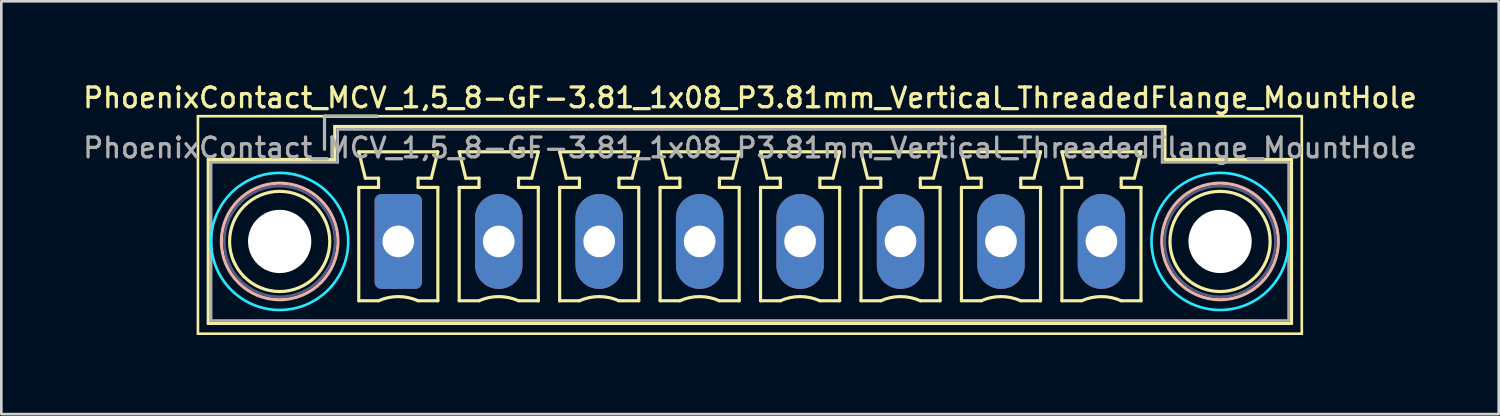
<source format=kicad_pcb>
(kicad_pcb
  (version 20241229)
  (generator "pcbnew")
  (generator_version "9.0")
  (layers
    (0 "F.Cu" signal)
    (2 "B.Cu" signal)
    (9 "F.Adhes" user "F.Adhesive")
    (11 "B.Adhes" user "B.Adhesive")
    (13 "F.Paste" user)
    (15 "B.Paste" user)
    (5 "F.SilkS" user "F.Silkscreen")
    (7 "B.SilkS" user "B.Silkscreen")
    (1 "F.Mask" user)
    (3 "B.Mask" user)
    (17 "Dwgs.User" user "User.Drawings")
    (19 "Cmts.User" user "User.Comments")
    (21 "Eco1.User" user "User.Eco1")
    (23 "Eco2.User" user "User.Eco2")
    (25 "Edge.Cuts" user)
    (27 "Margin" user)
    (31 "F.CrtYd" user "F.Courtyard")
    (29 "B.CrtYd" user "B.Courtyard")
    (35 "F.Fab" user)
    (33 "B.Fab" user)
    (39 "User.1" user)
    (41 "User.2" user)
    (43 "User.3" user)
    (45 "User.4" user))
  (footprint "PhoenixContact_MCV_1,5_8-GF-3.81_1x08_P3.81mm_Vertical_ThreadedFlange_MountHole"
    (layer "F.Cu")
    (at 12.058 6.108)
    (property "Reference" "PhoenixContact_MCV_1,5_8-GF-3.81_1x08_P3.81mm_Vertical_ThreadedFlange_MountHole" (at 13.34 -5.45 0) (layer "F.SilkS") (effects (font (size 0.75 0.75) (thickness 0.125))))
    (attr through_hole)
    (fp_line (start -7.6 -4.75) (end -7.6 3.5) (stroke (width 0.1) (type solid)) (layer "F.SilkS"))
    (fp_line (start -7.6 3.5) (end 34.27 3.5) (stroke (width 0.1) (type solid)) (layer "F.SilkS"))
    (fp_line (start -7.21 -3.11) (end -7.21 3.11) (stroke (width 0.12) (type solid)) (layer "F.SilkS"))
    (fp_line (start -7.21 3.11) (end 33.88 3.11) (stroke (width 0.12) (type solid)) (layer "F.SilkS"))
    (fp_line (start -2.8 -4.75) (end -0.8 -4.75) (stroke (width 0.12) (type solid)) (layer "F.SilkS"))
    (fp_line (start -2.8 -3.5) (end -2.8 -4.75) (stroke (width 0.12) (type solid)) (layer "F.SilkS"))
    (fp_line (start -2.41 -4.36) (end -2.41 -3.11) (stroke (width 0.12) (type solid)) (layer "F.SilkS"))
    (fp_line (start -2.41 -3.11) (end -7.21 -3.11) (stroke (width 0.12) (type solid)) (layer "F.SilkS"))
    (fp_line (start -1.5 -3.4) (end 1.5 -3.4) (stroke (width 0.12) (type solid)) (layer "F.SilkS"))
    (fp_line (start -1.5 -2.05) (end -0.75 -2.05) (stroke (width 0.12) (type solid)) (layer "F.SilkS"))
    (fp_line (start -1.5 2.25) (end -1.5 -2.05) (stroke (width 0.12) (type solid)) (layer "F.SilkS"))
    (fp_line (start -1.25 -2.4) (end -1.5 -3.4) (stroke (width 0.12) (type solid)) (layer "F.SilkS"))
    (fp_line (start -0.75 -2.4) (end -1.25 -2.4) (stroke (width 0.12) (type solid)) (layer "F.SilkS"))
    (fp_line (start -0.75 -2.05) (end -0.75 -2.4) (stroke (width 0.12) (type solid)) (layer "F.SilkS"))
    (fp_line (start -0.75 2.25) (end -1.5 2.25) (stroke (width 0.12) (type solid)) (layer "F.SilkS"))
    (fp_line (start 0.75 -2.4) (end 0.75 -2.05) (stroke (width 0.12) (type solid)) (layer "F.SilkS"))
    (fp_line (start 0.75 -2.05) (end 1.5 -2.05) (stroke (width 0.12) (type solid)) (layer "F.SilkS"))
    (fp_line (start 1.25 -2.4) (end 0.75 -2.4) (stroke (width 0.12) (type solid)) (layer "F.SilkS"))
    (fp_line (start 1.5 -3.4) (end 1.25 -2.4) (stroke (width 0.12) (type solid)) (layer "F.SilkS"))
    (fp_line (start 1.5 -2.05) (end 1.5 2.25) (stroke (width 0.12) (type solid)) (layer "F.SilkS"))
    (fp_line (start 1.5 2.25) (end 0.75 2.25) (stroke (width 0.12) (type solid)) (layer "F.SilkS"))
    (fp_line (start 2.31 -3.4) (end 5.31 -3.4) (stroke (width 0.12) (type solid)) (layer "F.SilkS"))
    (fp_line (start 2.31 -2.05) (end 3.06 -2.05) (stroke (width 0.12) (type solid)) (layer "F.SilkS"))
    (fp_line (start 2.31 2.25) (end 2.31 -2.05) (stroke (width 0.12) (type solid)) (layer "F.SilkS"))
    (fp_line (start 2.56 -2.4) (end 2.31 -3.4) (stroke (width 0.12) (type solid)) (layer "F.SilkS"))
    (fp_line (start 3.06 -2.4) (end 2.56 -2.4) (stroke (width 0.12) (type solid)) (layer "F.SilkS"))
    (fp_line (start 3.06 -2.05) (end 3.06 -2.4) (stroke (width 0.12) (type solid)) (layer "F.SilkS"))
    (fp_line (start 3.06 2.25) (end 2.31 2.25) (stroke (width 0.12) (type solid)) (layer "F.SilkS"))
    (fp_line (start 4.56 -2.4) (end 4.56 -2.05) (stroke (width 0.12) (type solid)) (layer "F.SilkS"))
    (fp_line (start 4.56 -2.05) (end 5.31 -2.05) (stroke (width 0.12) (type solid)) (layer "F.SilkS"))
    (fp_line (start 5.06 -2.4) (end 4.56 -2.4) (stroke (width 0.12) (type solid)) (layer "F.SilkS"))
    (fp_line (start 5.31 -3.4) (end 5.06 -2.4) (stroke (width 0.12) (type solid)) (layer "F.SilkS"))
    (fp_line (start 5.31 -2.05) (end 5.31 2.25) (stroke (width 0.12) (type solid)) (layer "F.SilkS"))
    (fp_line (start 5.31 2.25) (end 4.56 2.25) (stroke (width 0.12) (type solid)) (layer "F.SilkS"))
    (fp_line (start 6.12 -3.4) (end 9.12 -3.4) (stroke (width 0.12) (type solid)) (layer "F.SilkS"))
    (fp_line (start 6.12 -2.05) (end 6.87 -2.05) (stroke (width 0.12) (type solid)) (layer "F.SilkS"))
    (fp_line (start 6.12 2.25) (end 6.12 -2.05) (stroke (width 0.12) (type solid)) (layer "F.SilkS"))
    (fp_line (start 6.37 -2.4) (end 6.12 -3.4) (stroke (width 0.12) (type solid)) (layer "F.SilkS"))
    (fp_line (start 6.87 -2.4) (end 6.37 -2.4) (stroke (width 0.12) (type solid)) (layer "F.SilkS"))
    (fp_line (start 6.87 -2.05) (end 6.87 -2.4) (stroke (width 0.12) (type solid)) (layer "F.SilkS"))
    (fp_line (start 6.87 2.25) (end 6.12 2.25) (stroke (width 0.12) (type solid)) (layer "F.SilkS"))
    (fp_line (start 8.37 -2.4) (end 8.37 -2.05) (stroke (width 0.12) (type solid)) (layer "F.SilkS"))
    (fp_line (start 8.37 -2.05) (end 9.12 -2.05) (stroke (width 0.12) (type solid)) (layer "F.SilkS"))
    (fp_line (start 8.87 -2.4) (end 8.37 -2.4) (stroke (width 0.12) (type solid)) (layer "F.SilkS"))
    (fp_line (start 9.12 -3.4) (end 8.87 -2.4) (stroke (width 0.12) (type solid)) (layer "F.SilkS"))
    (fp_line (start 9.12 -2.05) (end 9.12 2.25) (stroke (width 0.12) (type solid)) (layer "F.SilkS"))
    (fp_line (start 9.12 2.25) (end 8.37 2.25) (stroke (width 0.12) (type solid)) (layer "F.SilkS"))
    (fp_line (start 9.93 -3.4) (end 12.93 -3.4) (stroke (width 0.12) (type solid)) (layer "F.SilkS"))
    (fp_line (start 9.93 -2.05) (end 10.68 -2.05) (stroke (width 0.12) (type solid)) (layer "F.SilkS"))
    (fp_line (start 9.93 2.25) (end 9.93 -2.05) (stroke (width 0.12) (type solid)) (layer "F.SilkS"))
    (fp_line (start 10.18 -2.4) (end 9.93 -3.4) (stroke (width 0.12) (type solid)) (layer "F.SilkS"))
    (fp_line (start 10.68 -2.4) (end 10.18 -2.4) (stroke (width 0.12) (type solid)) (layer "F.SilkS"))
    (fp_line (start 10.68 -2.05) (end 10.68 -2.4) (stroke (width 0.12) (type solid)) (layer "F.SilkS"))
    (fp_line (start 10.68 2.25) (end 9.93 2.25) (stroke (width 0.12) (type solid)) (layer "F.SilkS"))
    (fp_line (start 12.18 -2.4) (end 12.18 -2.05) (stroke (width 0.12) (type solid)) (layer "F.SilkS"))
    (fp_line (start 12.18 -2.05) (end 12.93 -2.05) (stroke (width 0.12) (type solid)) (layer "F.SilkS"))
    (fp_line (start 12.68 -2.4) (end 12.18 -2.4) (stroke (width 0.12) (type solid)) (layer "F.SilkS"))
    (fp_line (start 12.93 -3.4) (end 12.68 -2.4) (stroke (width 0.12) (type solid)) (layer "F.SilkS"))
    (fp_line (start 12.93 -2.05) (end 12.93 2.25) (stroke (width 0.12) (type solid)) (layer "F.SilkS"))
    (fp_line (start 12.93 2.25) (end 12.18 2.25) (stroke (width 0.12) (type solid)) (layer "F.SilkS"))
    (fp_line (start 13.74 -3.4) (end 16.74 -3.4) (stroke (width 0.12) (type solid)) (layer "F.SilkS"))
    (fp_line (start 13.74 -2.05) (end 14.49 -2.05) (stroke (width 0.12) (type solid)) (layer "F.SilkS"))
    (fp_line (start 13.74 2.25) (end 13.74 -2.05) (stroke (width 0.12) (type solid)) (layer "F.SilkS"))
    (fp_line (start 13.99 -2.4) (end 13.74 -3.4) (stroke (width 0.12) (type solid)) (layer "F.SilkS"))
    (fp_line (start 14.49 -2.4) (end 13.99 -2.4) (stroke (width 0.12) (type solid)) (layer "F.SilkS"))
    (fp_line (start 14.49 -2.05) (end 14.49 -2.4) (stroke (width 0.12) (type solid)) (layer "F.SilkS"))
    (fp_line (start 14.49 2.25) (end 13.74 2.25) (stroke (width 0.12) (type solid)) (layer "F.SilkS"))
    (fp_line (start 15.99 -2.4) (end 15.99 -2.05) (stroke (width 0.12) (type solid)) (layer "F.SilkS"))
    (fp_line (start 15.99 -2.05) (end 16.74 -2.05) (stroke (width 0.12) (type solid)) (layer "F.SilkS"))
    (fp_line (start 16.49 -2.4) (end 15.99 -2.4) (stroke (width 0.12) (type solid)) (layer "F.SilkS"))
    (fp_line (start 16.74 -3.4) (end 16.49 -2.4) (stroke (width 0.12) (type solid)) (layer "F.SilkS"))
    (fp_line (start 16.74 -2.05) (end 16.74 2.25) (stroke (width 0.12) (type solid)) (layer "F.SilkS"))
    (fp_line (start 16.74 2.25) (end 15.99 2.25) (stroke (width 0.12) (type solid)) (layer "F.SilkS"))
    (fp_line (start 17.55 -3.4) (end 20.55 -3.4) (stroke (width 0.12) (type solid)) (layer "F.SilkS"))
    (fp_line (start 17.55 -2.05) (end 18.3 -2.05) (stroke (width 0.12) (type solid)) (layer "F.SilkS"))
    (fp_line (start 17.55 2.25) (end 17.55 -2.05) (stroke (width 0.12) (type solid)) (layer "F.SilkS"))
    (fp_line (start 17.8 -2.4) (end 17.55 -3.4) (stroke (width 0.12) (type solid)) (layer "F.SilkS"))
    (fp_line (start 18.3 -2.4) (end 17.8 -2.4) (stroke (width 0.12) (type solid)) (layer "F.SilkS"))
    (fp_line (start 18.3 -2.05) (end 18.3 -2.4) (stroke (width 0.12) (type solid)) (layer "F.SilkS"))
    (fp_line (start 18.3 2.25) (end 17.55 2.25) (stroke (width 0.12) (type solid)) (layer "F.SilkS"))
    (fp_line (start 19.8 -2.4) (end 19.8 -2.05) (stroke (width 0.12) (type solid)) (layer "F.SilkS"))
    (fp_line (start 19.8 -2.05) (end 20.55 -2.05) (stroke (width 0.12) (type solid)) (layer "F.SilkS"))
    (fp_line (start 20.3 -2.4) (end 19.8 -2.4) (stroke (width 0.12) (type solid)) (layer "F.SilkS"))
    (fp_line (start 20.55 -3.4) (end 20.3 -2.4) (stroke (width 0.12) (type solid)) (layer "F.SilkS"))
    (fp_line (start 20.55 -2.05) (end 20.55 2.25) (stroke (width 0.12) (type solid)) (layer "F.SilkS"))
    (fp_line (start 20.55 2.25) (end 19.8 2.25) (stroke (width 0.12) (type solid)) (layer "F.SilkS"))
    (fp_line (start 21.36 -3.4) (end 24.36 -3.4) (stroke (width 0.12) (type solid)) (layer "F.SilkS"))
    (fp_line (start 21.36 -2.05) (end 22.11 -2.05) (stroke (width 0.12) (type solid)) (layer "F.SilkS"))
    (fp_line (start 21.36 2.25) (end 21.36 -2.05) (stroke (width 0.12) (type solid)) (layer "F.SilkS"))
    (fp_line (start 21.61 -2.4) (end 21.36 -3.4) (stroke (width 0.12) (type solid)) (layer "F.SilkS"))
    (fp_line (start 22.11 -2.4) (end 21.61 -2.4) (stroke (width 0.12) (type solid)) (layer "F.SilkS"))
    (fp_line (start 22.11 -2.05) (end 22.11 -2.4) (stroke (width 0.12) (type solid)) (layer "F.SilkS"))
    (fp_line (start 22.11 2.25) (end 21.36 2.25) (stroke (width 0.12) (type solid)) (layer "F.SilkS"))
    (fp_line (start 23.61 -2.4) (end 23.61 -2.05) (stroke (width 0.12) (type solid)) (layer "F.SilkS"))
    (fp_line (start 23.61 -2.05) (end 24.36 -2.05) (stroke (width 0.12) (type solid)) (layer "F.SilkS"))
    (fp_line (start 24.11 -2.4) (end 23.61 -2.4) (stroke (width 0.12) (type solid)) (layer "F.SilkS"))
    (fp_line (start 24.36 -3.4) (end 24.11 -2.4) (stroke (width 0.12) (type solid)) (layer "F.SilkS"))
    (fp_line (start 24.36 -2.05) (end 24.36 2.25) (stroke (width 0.12) (type solid)) (layer "F.SilkS"))
    (fp_line (start 24.36 2.25) (end 23.61 2.25) (stroke (width 0.12) (type solid)) (layer "F.SilkS"))
    (fp_line (start 25.17 -3.4) (end 28.17 -3.4) (stroke (width 0.12) (type solid)) (layer "F.SilkS"))
    (fp_line (start 25.17 -2.05) (end 25.92 -2.05) (stroke (width 0.12) (type solid)) (layer "F.SilkS"))
    (fp_line (start 25.17 2.25) (end 25.17 -2.05) (stroke (width 0.12) (type solid)) (layer "F.SilkS"))
    (fp_line (start 25.42 -2.4) (end 25.17 -3.4) (stroke (width 0.12) (type solid)) (layer "F.SilkS"))
    (fp_line (start 25.92 -2.4) (end 25.42 -2.4) (stroke (width 0.12) (type solid)) (layer "F.SilkS"))
    (fp_line (start 25.92 -2.05) (end 25.92 -2.4) (stroke (width 0.12) (type solid)) (layer "F.SilkS"))
    (fp_line (start 25.92 2.25) (end 25.17 2.25) (stroke (width 0.12) (type solid)) (layer "F.SilkS"))
    (fp_line (start 27.42 -2.4) (end 27.42 -2.05) (stroke (width 0.12) (type solid)) (layer "F.SilkS"))
    (fp_line (start 27.42 -2.05) (end 28.17 -2.05) (stroke (width 0.12) (type solid)) (layer "F.SilkS"))
    (fp_line (start 27.92 -2.4) (end 27.42 -2.4) (stroke (width 0.12) (type solid)) (layer "F.SilkS"))
    (fp_line (start 28.17 -3.4) (end 27.92 -2.4) (stroke (width 0.12) (type solid)) (layer "F.SilkS"))
    (fp_line (start 28.17 -2.05) (end 28.17 2.25) (stroke (width 0.12) (type solid)) (layer "F.SilkS"))
    (fp_line (start 28.17 2.25) (end 27.42 2.25) (stroke (width 0.12) (type solid)) (layer "F.SilkS"))
    (fp_line (start 29.08 -4.36) (end -2.41 -4.36) (stroke (width 0.12) (type solid)) (layer "F.SilkS"))
    (fp_line (start 29.08 -3.11) (end 29.08 -4.36) (stroke (width 0.12) (type solid)) (layer "F.SilkS"))
    (fp_line (start 33.88 -3.11) (end 29.08 -3.11) (stroke (width 0.12) (type solid)) (layer "F.SilkS"))
    (fp_line (start 33.88 3.11) (end 33.88 -3.11) (stroke (width 0.12) (type solid)) (layer "F.SilkS"))
    (fp_line (start 34.27 -4.75) (end -7.6 -4.75) (stroke (width 0.1) (type solid)) (layer "F.SilkS"))
    (fp_line (start 34.27 3.5) (end 34.27 -4.75) (stroke (width 0.1) (type solid)) (layer "F.SilkS"))
    (fp_arc (start -0.75 2.25) (mid -0.000193 2.09191) (end 0.749647 2.249844) (stroke (width 0.12) (type solid)) (layer "F.SilkS"))
    (fp_arc (start 3.06 2.25) (mid 3.809807 2.09191) (end 4.559647 2.249844) (stroke (width 0.12) (type solid)) (layer "F.SilkS"))
    (fp_arc (start 6.87 2.25) (mid 7.619807 2.09191) (end 8.369647 2.249844) (stroke (width 0.12) (type solid)) (layer "F.SilkS"))
    (fp_arc (start 10.68 2.25) (mid 11.429807 2.09191) (end 12.179647 2.249844) (stroke (width 0.12) (type solid)) (layer "F.SilkS"))
    (fp_arc (start 14.49 2.25) (mid 15.239807 2.09191) (end 15.989647 2.249844) (stroke (width 0.12) (type solid)) (layer "F.SilkS"))
    (fp_arc (start 18.3 2.25) (mid 19.049807 2.09191) (end 19.799647 2.249844) (stroke (width 0.12) (type solid)) (layer "F.SilkS"))
    (fp_arc (start 22.11 2.25) (mid 22.859807 2.09191) (end 23.609647 2.249844) (stroke (width 0.12) (type solid)) (layer "F.SilkS"))
    (fp_arc (start 25.92 2.25) (mid 26.669807 2.09191) (end 27.419647 2.249844) (stroke (width 0.12) (type solid)) (layer "F.SilkS"))
    (fp_circle (center -4.5 0) (end -2.6 0) (stroke (width 0.12) (type solid)) (fill no) (layer "F.SilkS"))
    (fp_circle (center 31.17 0) (end 33.07 0) (stroke (width 0.12) (type solid)) (fill no) (layer "F.SilkS"))
    (fp_circle (center -4.5 0) (end -2.29 0) (stroke (width 0.12) (type solid)) (fill no) (layer "B.SilkS"))
    (fp_circle (center 31.17 0) (end 33.38 0) (stroke (width 0.12) (type solid)) (fill no) (layer "B.SilkS"))
    (fp_circle (center -4.5 0) (end -1.9 0) (stroke (width 0.1) (type solid)) (fill no) (layer "B.CrtYd"))
    (fp_circle (center 31.17 0) (end 33.77 0) (stroke (width 0.1) (type solid)) (fill no) (layer "B.CrtYd"))
    (fp_circle (center -4.5 0) (end -2.4 0) (stroke (width 0.1) (type solid)) (fill no) (layer "B.Fab"))
    (fp_circle (center 31.17 0) (end 33.27 0) (stroke (width 0.1) (type solid)) (fill no) (layer "B.Fab"))
    (fp_line (start -7.1 -3) (end -7.1 3) (stroke (width 0.1) (type solid)) (layer "F.Fab"))
    (fp_line (start -7.1 3) (end 33.77 3) (stroke (width 0.1) (type solid)) (layer "F.Fab"))
    (fp_line (start -2.8 -4.75) (end -0.8 -4.75) (stroke (width 0.1) (type solid)) (layer "F.Fab"))
    (fp_line (start -2.8 -3.5) (end -2.8 -4.75) (stroke (width 0.1) (type solid)) (layer "F.Fab"))
    (fp_line (start -2.3 -4.25) (end -2.3 -3) (stroke (width 0.1) (type solid)) (layer "F.Fab"))
    (fp_line (start -2.3 -3) (end -7.1 -3) (stroke (width 0.1) (type solid)) (layer "F.Fab"))
    (fp_line (start 28.97 -4.25) (end -2.3 -4.25) (stroke (width 0.1) (type solid)) (layer "F.Fab"))
    (fp_line (start 28.97 -3) (end 28.97 -4.25) (stroke (width 0.1) (type solid)) (layer "F.Fab"))
    (fp_line (start 33.77 -3) (end 28.97 -3) (stroke (width 0.1) (type solid)) (layer "F.Fab"))
    (fp_line (start 33.77 3) (end 33.77 -3) (stroke (width 0.1) (type solid)) (layer "F.Fab"))
    (fp_text user "${REFERENCE}" (at 13.34 -3.55 0) (layer "F.Fab") (effects (font (size 0.75 0.75) (thickness 0.125))))
    (pad "" np_thru_hole circle (at -4.5 0) (size 2.4 2.4) (drill 2.4) (layers "*.Cu" "*.Mask"))
    (pad "" np_thru_hole circle (at 31.17 0) (size 2.4 2.4) (drill 2.4) (layers "*.Cu" "*.Mask"))
    (pad "1" thru_hole roundrect (at 0 0) (size 1.8 3.6) (drill 1.2) (layers "*.Cu" "*.Mask") (roundrect_rratio 0.139))
    (pad "2" thru_hole oval (at 3.81 0) (size 1.8 3.6) (drill 1.2) (layers "*.Cu" "*.Mask"))
    (pad "3" thru_hole oval (at 7.62 0) (size 1.8 3.6) (drill 1.2) (layers "*.Cu" "*.Mask"))
    (pad "4" thru_hole oval (at 11.43 0) (size 1.8 3.6) (drill 1.2) (layers "*.Cu" "*.Mask"))
    (pad "5" thru_hole oval (at 15.24 0) (size 1.8 3.6) (drill 1.2) (layers "*.Cu" "*.Mask"))
    (pad "6" thru_hole oval (at 19.05 0) (size 1.8 3.6) (drill 1.2) (layers "*.Cu" "*.Mask"))
    (pad "7" thru_hole oval (at 22.86 0) (size 1.8 3.6) (drill 1.2) (layers "*.Cu" "*.Mask"))
    (pad "8" thru_hole oval (at 26.67 0) (size 1.8 3.6) (drill 1.2) (layers "*.Cu" "*.Mask")))
  (gr_rect
    (start -3 -3)
    (end 53.796 12.658)
    (stroke (width 0.1) (type default))
    (fill no)
    (layer "Edge.Cuts")))
</source>
